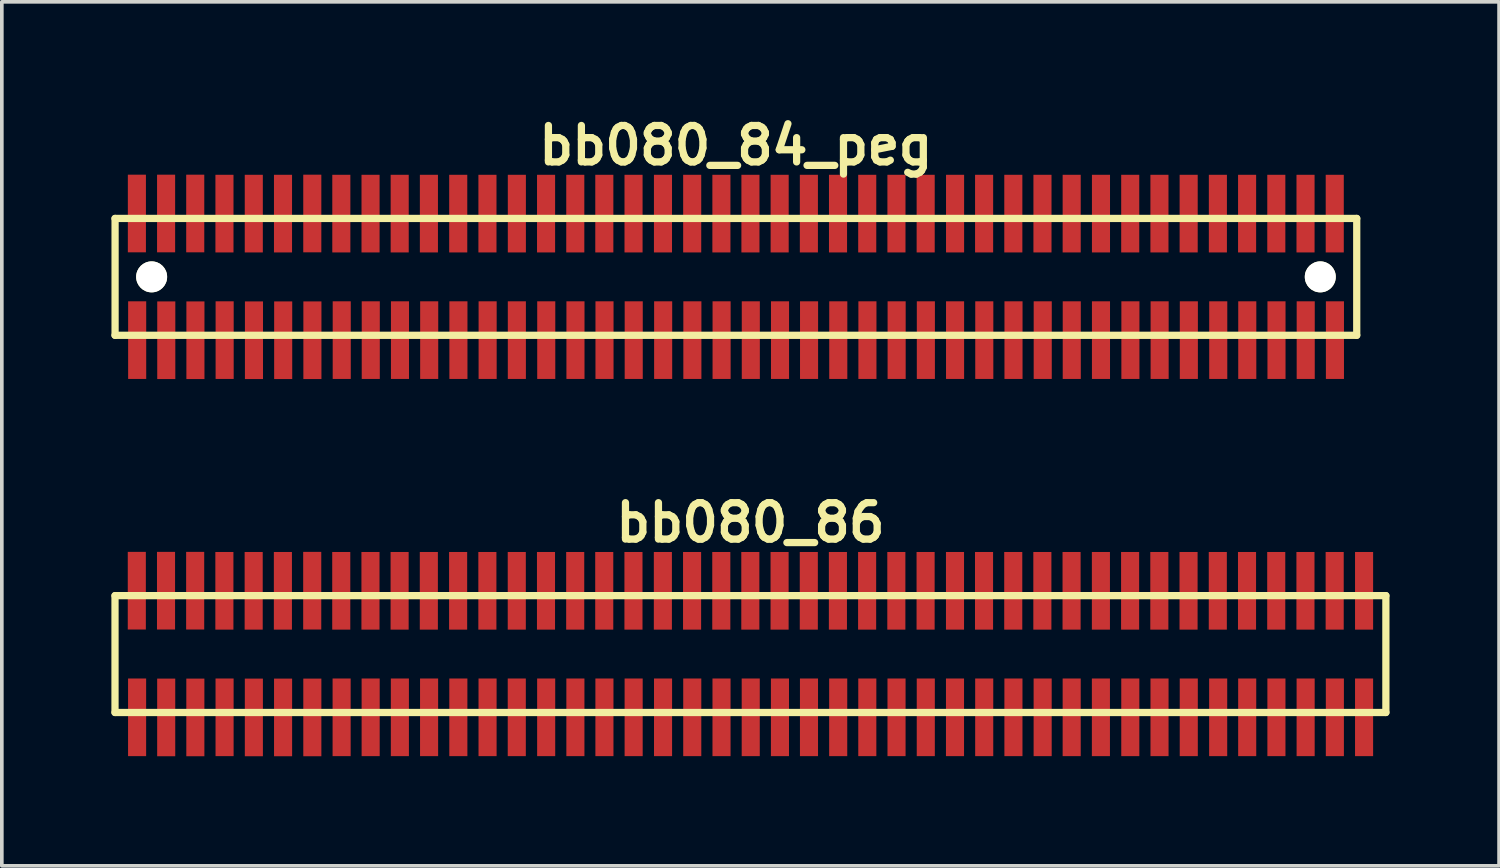
<source format=kicad_pcb>
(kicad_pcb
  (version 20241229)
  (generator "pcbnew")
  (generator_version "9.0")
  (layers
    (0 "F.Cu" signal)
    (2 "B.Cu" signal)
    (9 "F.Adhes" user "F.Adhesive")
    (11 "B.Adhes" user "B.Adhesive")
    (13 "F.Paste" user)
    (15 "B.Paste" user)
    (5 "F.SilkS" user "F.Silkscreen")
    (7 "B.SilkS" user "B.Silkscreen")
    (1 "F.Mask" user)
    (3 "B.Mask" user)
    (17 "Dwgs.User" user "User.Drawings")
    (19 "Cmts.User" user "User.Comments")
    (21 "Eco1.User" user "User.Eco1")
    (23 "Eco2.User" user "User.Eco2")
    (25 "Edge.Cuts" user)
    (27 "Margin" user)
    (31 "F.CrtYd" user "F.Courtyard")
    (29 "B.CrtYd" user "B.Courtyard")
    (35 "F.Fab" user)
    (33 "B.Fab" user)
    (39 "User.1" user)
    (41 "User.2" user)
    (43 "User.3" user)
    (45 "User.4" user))
  (footprint "bb080_84_peg"
    (layer "F.Cu")
    (at 17.099 4.531)
    (property "Reference" "bb080_84_peg" (at 0 -3.599 0) (layer "F.SilkS") (effects (font (size 0.998 0.998) (thickness 0.198))))
    (attr smd)
    (fp_line (start -17 -1.6) (end 17 -1.6) (stroke (width 0.198) (type solid)) (layer "F.SilkS"))
    (fp_line (start -16.998 -1.6) (end -16.998 1.6) (stroke (width 0.198) (type solid)) (layer "F.SilkS"))
    (fp_line (start 17 1.6) (end -17 1.6) (stroke (width 0.198) (type solid)) (layer "F.SilkS"))
    (fp_line (start 17 1.6) (end 17 -1.6) (stroke (width 0.198) (type solid)) (layer "F.SilkS"))
    (pad "" np_thru_hole circle (at -15.997 0) (size 0.848 0.848) (drill 0.848) (layers "*.Cu" "*.Mask" "F.SilkS"))
    (pad "" np_thru_hole circle (at 16.002 0) (size 0.848 0.848) (drill 0.848) (layers "*.Cu" "*.Mask" "F.SilkS"))
    (pad "1" smd rect (at -16.393 1.732) (size 0.495 2.126) (layers "F.Cu" "F.Mask" "F.Paste"))
    (pad "2" smd rect (at -16.401 -1.735) (size 0.495 2.126) (layers "F.Cu" "F.Mask" "F.Paste"))
    (pad "3" smd rect (at -15.596 1.735) (size 0.495 2.126) (layers "F.Cu" "F.Mask" "F.Paste"))
    (pad "4" smd rect (at -15.601 -1.735) (size 0.495 2.126) (layers "F.Cu" "F.Mask" "F.Paste"))
    (pad "5" smd rect (at -14.798 1.735) (size 0.495 2.126) (layers "F.Cu" "F.Mask" "F.Paste"))
    (pad "6" smd rect (at -14.803 -1.735) (size 0.495 2.126) (layers "F.Cu" "F.Mask" "F.Paste"))
    (pad "7" smd rect (at -13.998 1.732) (size 0.495 2.126) (layers "F.Cu" "F.Mask" "F.Paste"))
    (pad "8" smd rect (at -14.003 -1.732) (size 0.495 2.126) (layers "F.Cu" "F.Mask" "F.Paste"))
    (pad "9" smd rect (at -13.195 1.735) (size 0.495 2.126) (layers "F.Cu" "F.Mask" "F.Paste"))
    (pad "10" smd rect (at -13.2 -1.732) (size 0.495 2.126) (layers "F.Cu" "F.Mask" "F.Paste"))
    (pad "11" smd rect (at -12.395 1.735) (size 0.495 2.126) (layers "F.Cu" "F.Mask" "F.Paste"))
    (pad "12" smd rect (at -12.4 -1.732) (size 0.495 2.126) (layers "F.Cu" "F.Mask" "F.Paste"))
    (pad "13" smd rect (at -11.595 1.735) (size 0.495 2.126) (layers "F.Cu" "F.Mask" "F.Paste"))
    (pad "14" smd rect (at -11.598 -1.735) (size 0.495 2.126) (layers "F.Cu" "F.Mask" "F.Paste"))
    (pad "15" smd rect (at -10.792 1.732) (size 0.495 2.126) (layers "F.Cu" "F.Mask" "F.Paste"))
    (pad "16" smd rect (at -10.803 -1.732) (size 0.495 2.126) (layers "F.Cu" "F.Mask" "F.Paste"))
    (pad "17" smd rect (at -9.997 1.732) (size 0.495 2.126) (layers "F.Cu" "F.Mask" "F.Paste"))
    (pad "18" smd rect (at -10.003 -1.732) (size 0.495 2.126) (layers "F.Cu" "F.Mask" "F.Paste"))
    (pad "19" smd rect (at -9.197 1.732) (size 0.495 2.126) (layers "F.Cu" "F.Mask" "F.Paste"))
    (pad "20" smd rect (at -9.205 -1.732) (size 0.495 2.126) (layers "F.Cu" "F.Mask" "F.Paste"))
    (pad "21" smd rect (at -8.397 1.732) (size 0.495 2.126) (layers "F.Cu" "F.Mask" "F.Paste"))
    (pad "22" smd rect (at -8.405 -1.732) (size 0.495 2.126) (layers "F.Cu" "F.Mask" "F.Paste"))
    (pad "23" smd rect (at -7.597 1.732) (size 0.495 2.126) (layers "F.Cu" "F.Mask" "F.Paste"))
    (pad "24" smd rect (at -7.602 -1.732) (size 0.495 2.126) (layers "F.Cu" "F.Mask" "F.Paste"))
    (pad "25" smd rect (at -6.797 1.732) (size 0.495 2.126) (layers "F.Cu" "F.Mask" "F.Paste"))
    (pad "26" smd rect (at -6.802 -1.732) (size 0.495 2.126) (layers "F.Cu" "F.Mask" "F.Paste"))
    (pad "27" smd rect (at -5.997 1.732) (size 0.495 2.126) (layers "F.Cu" "F.Mask" "F.Paste"))
    (pad "28" smd rect (at -5.997 -1.732) (size 0.495 2.126) (layers "F.Cu" "F.Mask" "F.Paste"))
    (pad "29" smd rect (at -5.192 1.732) (size 0.495 2.126) (layers "F.Cu" "F.Mask" "F.Paste"))
    (pad "30" smd rect (at -5.197 -1.732) (size 0.495 2.126) (layers "F.Cu" "F.Mask" "F.Paste"))
    (pad "31" smd rect (at -4.392 1.732) (size 0.495 2.126) (layers "F.Cu" "F.Mask" "F.Paste"))
    (pad "32" smd rect (at -4.397 -1.732) (size 0.495 2.126) (layers "F.Cu" "F.Mask" "F.Paste"))
    (pad "33" smd rect (at -3.597 1.732) (size 0.495 2.126) (layers "F.Cu" "F.Mask" "F.Paste"))
    (pad "34" smd rect (at -3.602 -1.732) (size 0.495 2.126) (layers "F.Cu" "F.Mask" "F.Paste"))
    (pad "35" smd rect (at -2.797 1.732) (size 0.495 2.126) (layers "F.Cu" "F.Mask" "F.Paste"))
    (pad "36" smd rect (at -2.802 -1.732) (size 0.495 2.126) (layers "F.Cu" "F.Mask" "F.Paste"))
    (pad "37" smd rect (at -1.991 1.732) (size 0.495 2.126) (layers "F.Cu" "F.Mask" "F.Paste"))
    (pad "38" smd rect (at -1.996 -1.732) (size 0.495 2.126) (layers "F.Cu" "F.Mask" "F.Paste"))
    (pad "39" smd rect (at -1.191 1.732) (size 0.495 2.126) (layers "F.Cu" "F.Mask" "F.Paste"))
    (pad "40" smd rect (at -1.196 -1.732) (size 0.495 2.126) (layers "F.Cu" "F.Mask" "F.Paste"))
    (pad "41" smd rect (at -0.391 1.732) (size 0.495 2.126) (layers "F.Cu" "F.Mask" "F.Paste"))
    (pad "42" smd rect (at -0.396 -1.732) (size 0.495 2.126) (layers "F.Cu" "F.Mask" "F.Paste"))
    (pad "43" smd rect (at 0.409 1.732) (size 0.495 2.126) (layers "F.Cu" "F.Mask" "F.Paste"))
    (pad "44" smd rect (at 0.399 -1.732) (size 0.495 2.126) (layers "F.Cu" "F.Mask" "F.Paste"))
    (pad "45" smd rect (at 1.209 1.732) (size 0.495 2.126) (layers "F.Cu" "F.Mask" "F.Paste"))
    (pad "46" smd rect (at 1.199 -1.732) (size 0.495 2.126) (layers "F.Cu" "F.Mask" "F.Paste"))
    (pad "47" smd rect (at 2.004 1.732) (size 0.495 2.126) (layers "F.Cu" "F.Mask" "F.Paste"))
    (pad "48" smd rect (at 1.999 -1.732) (size 0.495 2.126) (layers "F.Cu" "F.Mask" "F.Paste"))
    (pad "49" smd rect (at 2.804 1.732) (size 0.495 2.126) (layers "F.Cu" "F.Mask" "F.Paste"))
    (pad "50" smd rect (at 2.797 -1.732) (size 0.495 2.126) (layers "F.Cu" "F.Mask" "F.Paste"))
    (pad "51" smd rect (at 3.602 1.732) (size 0.495 2.126) (layers "F.Cu" "F.Mask" "F.Paste"))
    (pad "52" smd rect (at 3.597 -1.732) (size 0.495 2.126) (layers "F.Cu" "F.Mask" "F.Paste"))
    (pad "53" smd rect (at 4.402 1.732) (size 0.495 2.126) (layers "F.Cu" "F.Mask" "F.Paste"))
    (pad "54" smd rect (at 4.397 -1.732) (size 0.495 2.126) (layers "F.Cu" "F.Mask" "F.Paste"))
    (pad "55" smd rect (at 5.202 1.732) (size 0.495 2.126) (layers "F.Cu" "F.Mask" "F.Paste"))
    (pad "56" smd rect (at 5.197 -1.732) (size 0.495 2.126) (layers "F.Cu" "F.Mask" "F.Paste"))
    (pad "57" smd rect (at 6.002 1.732) (size 0.495 2.126) (layers "F.Cu" "F.Mask" "F.Paste"))
    (pad "58" smd rect (at 6.002 -1.732) (size 0.495 2.126) (layers "F.Cu" "F.Mask" "F.Paste"))
    (pad "59" smd rect (at 6.802 1.732) (size 0.495 2.126) (layers "F.Cu" "F.Mask" "F.Paste"))
    (pad "60" smd rect (at 6.797 -1.732) (size 0.495 2.126) (layers "F.Cu" "F.Mask" "F.Paste"))
    (pad "61" smd rect (at 7.602 1.732) (size 0.495 2.126) (layers "F.Cu" "F.Mask" "F.Paste"))
    (pad "62" smd rect (at 7.597 -1.732) (size 0.495 2.126) (layers "F.Cu" "F.Mask" "F.Paste"))
    (pad "63" smd rect (at 8.402 1.732) (size 0.495 2.126) (layers "F.Cu" "F.Mask" "F.Paste"))
    (pad "64" smd rect (at 8.395 -1.732) (size 0.495 2.126) (layers "F.Cu" "F.Mask" "F.Paste"))
    (pad "65" smd rect (at 9.197 1.732) (size 0.495 2.126) (layers "F.Cu" "F.Mask" "F.Paste"))
    (pad "66" smd rect (at 9.195 -1.732) (size 0.495 2.126) (layers "F.Cu" "F.Mask" "F.Paste"))
    (pad "67" smd rect (at 9.997 1.732) (size 0.495 2.126) (layers "F.Cu" "F.Mask" "F.Paste"))
    (pad "68" smd rect (at 9.997 -1.732) (size 0.495 2.126) (layers "F.Cu" "F.Mask" "F.Paste"))
    (pad "69" smd rect (at 10.803 1.732) (size 0.495 2.126) (layers "F.Cu" "F.Mask" "F.Paste"))
    (pad "70" smd rect (at 10.798 -1.732) (size 0.495 2.126) (layers "F.Cu" "F.Mask" "F.Paste"))
    (pad "71" smd rect (at 11.603 1.732) (size 0.495 2.126) (layers "F.Cu" "F.Mask" "F.Paste"))
    (pad "72" smd rect (at 11.598 -1.732) (size 0.495 2.126) (layers "F.Cu" "F.Mask" "F.Paste"))
    (pad "73" smd rect (at 12.403 1.732) (size 0.495 2.126) (layers "F.Cu" "F.Mask" "F.Paste"))
    (pad "74" smd rect (at 12.398 -1.732) (size 0.495 2.126) (layers "F.Cu" "F.Mask" "F.Paste"))
    (pad "75" smd rect (at 13.208 1.732) (size 0.495 2.126) (layers "F.Cu" "F.Mask" "F.Paste"))
    (pad "76" smd rect (at 13.198 -1.732) (size 0.495 2.126) (layers "F.Cu" "F.Mask" "F.Paste"))
    (pad "77" smd rect (at 14.003 1.732) (size 0.495 2.126) (layers "F.Cu" "F.Mask" "F.Paste"))
    (pad "78" smd rect (at 13.998 -1.732) (size 0.495 2.126) (layers "F.Cu" "F.Mask" "F.Paste"))
    (pad "79" smd rect (at 14.803 1.732) (size 0.495 2.126) (layers "F.Cu" "F.Mask" "F.Paste"))
    (pad "80" smd rect (at 14.798 -1.732) (size 0.495 2.126) (layers "F.Cu" "F.Mask" "F.Paste"))
    (pad "81" smd rect (at 15.603 1.732) (size 0.495 2.126) (layers "F.Cu" "F.Mask" "F.Paste"))
    (pad "82" smd rect (at 15.598 -1.732) (size 0.495 2.126) (layers "F.Cu" "F.Mask" "F.Paste"))
    (pad "83" smd rect (at 16.403 1.732) (size 0.495 2.126) (layers "F.Cu" "F.Mask" "F.Paste"))
    (pad "84" smd rect (at 16.398 -1.732) (size 0.495 2.126) (layers "F.Cu" "F.Mask" "F.Paste")))
  (footprint "bb080_86"
    (layer "F.Cu")
    (at 17.498 14.859)
    (property "Reference" "bb080_86" (at 0 -3.599 0) (layer "F.SilkS") (effects (font (size 0.998 0.998) (thickness 0.198))))
    (attr smd)
    (fp_line (start -17.399 -1.6) (end -17.399 1.6) (stroke (width 0.198) (type solid)) (layer "F.SilkS"))
    (fp_line (start -17.399 -1.6) (end 17.399 -1.6) (stroke (width 0.198) (type solid)) (layer "F.SilkS"))
    (fp_line (start 17.399 1.6) (end -17.399 1.6) (stroke (width 0.198) (type solid)) (layer "F.SilkS"))
    (fp_line (start 17.399 1.6) (end 17.399 -1.6) (stroke (width 0.198) (type solid)) (layer "F.SilkS"))
    (pad "1" smd rect (at -16.794 1.732) (size 0.495 2.126) (layers "F.Cu" "F.Mask" "F.Paste"))
    (pad "2" smd rect (at -16.802 -1.735) (size 0.495 2.126) (layers "F.Cu" "F.Mask" "F.Paste"))
    (pad "3" smd rect (at -15.997 1.735) (size 0.495 2.126) (layers "F.Cu" "F.Mask" "F.Paste"))
    (pad "4" smd rect (at -16.002 -1.735) (size 0.495 2.126) (layers "F.Cu" "F.Mask" "F.Paste"))
    (pad "5" smd rect (at -15.199 1.735) (size 0.495 2.126) (layers "F.Cu" "F.Mask" "F.Paste"))
    (pad "6" smd rect (at -15.204 -1.735) (size 0.495 2.126) (layers "F.Cu" "F.Mask" "F.Paste"))
    (pad "7" smd rect (at -14.399 1.732) (size 0.495 2.126) (layers "F.Cu" "F.Mask" "F.Paste"))
    (pad "8" smd rect (at -14.404 -1.732) (size 0.495 2.126) (layers "F.Cu" "F.Mask" "F.Paste"))
    (pad "9" smd rect (at -13.597 1.735) (size 0.495 2.126) (layers "F.Cu" "F.Mask" "F.Paste"))
    (pad "10" smd rect (at -13.602 -1.732) (size 0.495 2.126) (layers "F.Cu" "F.Mask" "F.Paste"))
    (pad "11" smd rect (at -12.797 1.735) (size 0.495 2.126) (layers "F.Cu" "F.Mask" "F.Paste"))
    (pad "12" smd rect (at -12.802 -1.732) (size 0.495 2.126) (layers "F.Cu" "F.Mask" "F.Paste"))
    (pad "13" smd rect (at -11.996 1.735) (size 0.495 2.126) (layers "F.Cu" "F.Mask" "F.Paste"))
    (pad "14" smd rect (at -11.999 -1.735) (size 0.495 2.126) (layers "F.Cu" "F.Mask" "F.Paste"))
    (pad "15" smd rect (at -11.194 1.732) (size 0.495 2.126) (layers "F.Cu" "F.Mask" "F.Paste"))
    (pad "16" smd rect (at -11.204 -1.732) (size 0.495 2.126) (layers "F.Cu" "F.Mask" "F.Paste"))
    (pad "17" smd rect (at -10.399 1.732) (size 0.495 2.126) (layers "F.Cu" "F.Mask" "F.Paste"))
    (pad "18" smd rect (at -10.404 -1.732) (size 0.495 2.126) (layers "F.Cu" "F.Mask" "F.Paste"))
    (pad "19" smd rect (at -9.599 1.732) (size 0.495 2.126) (layers "F.Cu" "F.Mask" "F.Paste"))
    (pad "20" smd rect (at -9.606 -1.732) (size 0.495 2.126) (layers "F.Cu" "F.Mask" "F.Paste"))
    (pad "21" smd rect (at -8.799 1.732) (size 0.495 2.126) (layers "F.Cu" "F.Mask" "F.Paste"))
    (pad "22" smd rect (at -8.806 -1.732) (size 0.495 2.126) (layers "F.Cu" "F.Mask" "F.Paste"))
    (pad "23" smd rect (at -7.998 1.732) (size 0.495 2.126) (layers "F.Cu" "F.Mask" "F.Paste"))
    (pad "24" smd rect (at -8.004 -1.732) (size 0.495 2.126) (layers "F.Cu" "F.Mask" "F.Paste"))
    (pad "25" smd rect (at -7.198 1.732) (size 0.495 2.126) (layers "F.Cu" "F.Mask" "F.Paste"))
    (pad "26" smd rect (at -7.203 -1.732) (size 0.495 2.126) (layers "F.Cu" "F.Mask" "F.Paste"))
    (pad "27" smd rect (at -6.398 1.732) (size 0.495 2.126) (layers "F.Cu" "F.Mask" "F.Paste"))
    (pad "28" smd rect (at -6.398 -1.732) (size 0.495 2.126) (layers "F.Cu" "F.Mask" "F.Paste"))
    (pad "29" smd rect (at -5.593 1.732) (size 0.495 2.126) (layers "F.Cu" "F.Mask" "F.Paste"))
    (pad "30" smd rect (at -5.598 -1.732) (size 0.495 2.126) (layers "F.Cu" "F.Mask" "F.Paste"))
    (pad "31" smd rect (at -4.793 1.732) (size 0.495 2.126) (layers "F.Cu" "F.Mask" "F.Paste"))
    (pad "32" smd rect (at -4.798 -1.732) (size 0.495 2.126) (layers "F.Cu" "F.Mask" "F.Paste"))
    (pad "33" smd rect (at -3.998 1.732) (size 0.495 2.126) (layers "F.Cu" "F.Mask" "F.Paste"))
    (pad "34" smd rect (at -4.003 -1.732) (size 0.495 2.126) (layers "F.Cu" "F.Mask" "F.Paste"))
    (pad "35" smd rect (at -3.198 1.732) (size 0.495 2.126) (layers "F.Cu" "F.Mask" "F.Paste"))
    (pad "36" smd rect (at -3.203 -1.732) (size 0.495 2.126) (layers "F.Cu" "F.Mask" "F.Paste"))
    (pad "37" smd rect (at -2.393 1.732) (size 0.495 2.126) (layers "F.Cu" "F.Mask" "F.Paste"))
    (pad "38" smd rect (at -2.398 -1.732) (size 0.495 2.126) (layers "F.Cu" "F.Mask" "F.Paste"))
    (pad "39" smd rect (at -1.593 1.732) (size 0.495 2.126) (layers "F.Cu" "F.Mask" "F.Paste"))
    (pad "40" smd rect (at -1.598 -1.732) (size 0.495 2.126) (layers "F.Cu" "F.Mask" "F.Paste"))
    (pad "41" smd rect (at -0.792 1.732) (size 0.495 2.126) (layers "F.Cu" "F.Mask" "F.Paste"))
    (pad "42" smd rect (at -0.798 -1.732) (size 0.495 2.126) (layers "F.Cu" "F.Mask" "F.Paste"))
    (pad "43" smd rect (at 0.008 1.732) (size 0.495 2.126) (layers "F.Cu" "F.Mask" "F.Paste"))
    (pad "44" smd rect (at -0.003 -1.732) (size 0.495 2.126) (layers "F.Cu" "F.Mask" "F.Paste"))
    (pad "45" smd rect (at 0.808 1.732) (size 0.495 2.126) (layers "F.Cu" "F.Mask" "F.Paste"))
    (pad "46" smd rect (at 0.798 -1.732) (size 0.495 2.126) (layers "F.Cu" "F.Mask" "F.Paste"))
    (pad "47" smd rect (at 1.603 1.732) (size 0.495 2.126) (layers "F.Cu" "F.Mask" "F.Paste"))
    (pad "48" smd rect (at 1.598 -1.732) (size 0.495 2.126) (layers "F.Cu" "F.Mask" "F.Paste"))
    (pad "49" smd rect (at 2.403 1.732) (size 0.495 2.126) (layers "F.Cu" "F.Mask" "F.Paste"))
    (pad "50" smd rect (at 2.395 -1.732) (size 0.495 2.126) (layers "F.Cu" "F.Mask" "F.Paste"))
    (pad "51" smd rect (at 3.2 1.732) (size 0.495 2.126) (layers "F.Cu" "F.Mask" "F.Paste"))
    (pad "52" smd rect (at 3.195 -1.732) (size 0.495 2.126) (layers "F.Cu" "F.Mask" "F.Paste"))
    (pad "53" smd rect (at 4 1.732) (size 0.495 2.126) (layers "F.Cu" "F.Mask" "F.Paste"))
    (pad "54" smd rect (at 3.995 -1.732) (size 0.495 2.126) (layers "F.Cu" "F.Mask" "F.Paste"))
    (pad "55" smd rect (at 4.801 1.732) (size 0.495 2.126) (layers "F.Cu" "F.Mask" "F.Paste"))
    (pad "56" smd rect (at 4.796 -1.732) (size 0.495 2.126) (layers "F.Cu" "F.Mask" "F.Paste"))
    (pad "57" smd rect (at 5.601 1.732) (size 0.495 2.126) (layers "F.Cu" "F.Mask" "F.Paste"))
    (pad "58" smd rect (at 5.601 -1.732) (size 0.495 2.126) (layers "F.Cu" "F.Mask" "F.Paste"))
    (pad "59" smd rect (at 6.401 1.732) (size 0.495 2.126) (layers "F.Cu" "F.Mask" "F.Paste"))
    (pad "60" smd rect (at 6.396 -1.732) (size 0.495 2.126) (layers "F.Cu" "F.Mask" "F.Paste"))
    (pad "61" smd rect (at 7.201 1.732) (size 0.495 2.126) (layers "F.Cu" "F.Mask" "F.Paste"))
    (pad "62" smd rect (at 7.196 -1.732) (size 0.495 2.126) (layers "F.Cu" "F.Mask" "F.Paste"))
    (pad "63" smd rect (at 8.001 1.732) (size 0.495 2.126) (layers "F.Cu" "F.Mask" "F.Paste"))
    (pad "64" smd rect (at 7.993 -1.732) (size 0.495 2.126) (layers "F.Cu" "F.Mask" "F.Paste"))
    (pad "65" smd rect (at 8.796 1.732) (size 0.495 2.126) (layers "F.Cu" "F.Mask" "F.Paste"))
    (pad "66" smd rect (at 8.793 -1.732) (size 0.495 2.126) (layers "F.Cu" "F.Mask" "F.Paste"))
    (pad "67" smd rect (at 9.596 1.732) (size 0.495 2.126) (layers "F.Cu" "F.Mask" "F.Paste"))
    (pad "68" smd rect (at 9.596 -1.732) (size 0.495 2.126) (layers "F.Cu" "F.Mask" "F.Paste"))
    (pad "69" smd rect (at 10.401 1.732) (size 0.495 2.126) (layers "F.Cu" "F.Mask" "F.Paste"))
    (pad "70" smd rect (at 10.396 -1.732) (size 0.495 2.126) (layers "F.Cu" "F.Mask" "F.Paste"))
    (pad "71" smd rect (at 11.201 1.732) (size 0.495 2.126) (layers "F.Cu" "F.Mask" "F.Paste"))
    (pad "72" smd rect (at 11.196 -1.732) (size 0.495 2.126) (layers "F.Cu" "F.Mask" "F.Paste"))
    (pad "73" smd rect (at 12.002 1.732) (size 0.495 2.126) (layers "F.Cu" "F.Mask" "F.Paste"))
    (pad "74" smd rect (at 11.996 -1.732) (size 0.495 2.126) (layers "F.Cu" "F.Mask" "F.Paste"))
    (pad "75" smd rect (at 12.807 1.732) (size 0.495 2.126) (layers "F.Cu" "F.Mask" "F.Paste"))
    (pad "76" smd rect (at 12.797 -1.732) (size 0.495 2.126) (layers "F.Cu" "F.Mask" "F.Paste"))
    (pad "77" smd rect (at 13.602 1.732) (size 0.495 2.126) (layers "F.Cu" "F.Mask" "F.Paste"))
    (pad "78" smd rect (at 13.597 -1.732) (size 0.495 2.126) (layers "F.Cu" "F.Mask" "F.Paste"))
    (pad "79" smd rect (at 14.402 1.732) (size 0.495 2.126) (layers "F.Cu" "F.Mask" "F.Paste"))
    (pad "80" smd rect (at 14.397 -1.732) (size 0.495 2.126) (layers "F.Cu" "F.Mask" "F.Paste"))
    (pad "81" smd rect (at 15.202 1.732) (size 0.495 2.126) (layers "F.Cu" "F.Mask" "F.Paste"))
    (pad "82" smd rect (at 15.197 -1.732) (size 0.495 2.126) (layers "F.Cu" "F.Mask" "F.Paste"))
    (pad "83" smd rect (at 16.002 1.732) (size 0.495 2.126) (layers "F.Cu" "F.Mask" "F.Paste"))
    (pad "84" smd rect (at 15.997 -1.732) (size 0.495 2.126) (layers "F.Cu" "F.Mask" "F.Paste"))
    (pad "85" smd rect (at 16.802 1.732) (size 0.495 2.126) (layers "F.Cu" "F.Mask" "F.Paste"))
    (pad "86" smd rect (at 16.802 -1.732) (size 0.495 2.126) (layers "F.Cu" "F.Mask" "F.Paste")))
  (gr_rect
    (start -3 -3)
    (end 37.996 20.657)
    (stroke (width 0.1) (type default))
    (fill no)
    (layer "Edge.Cuts")))
</source>
